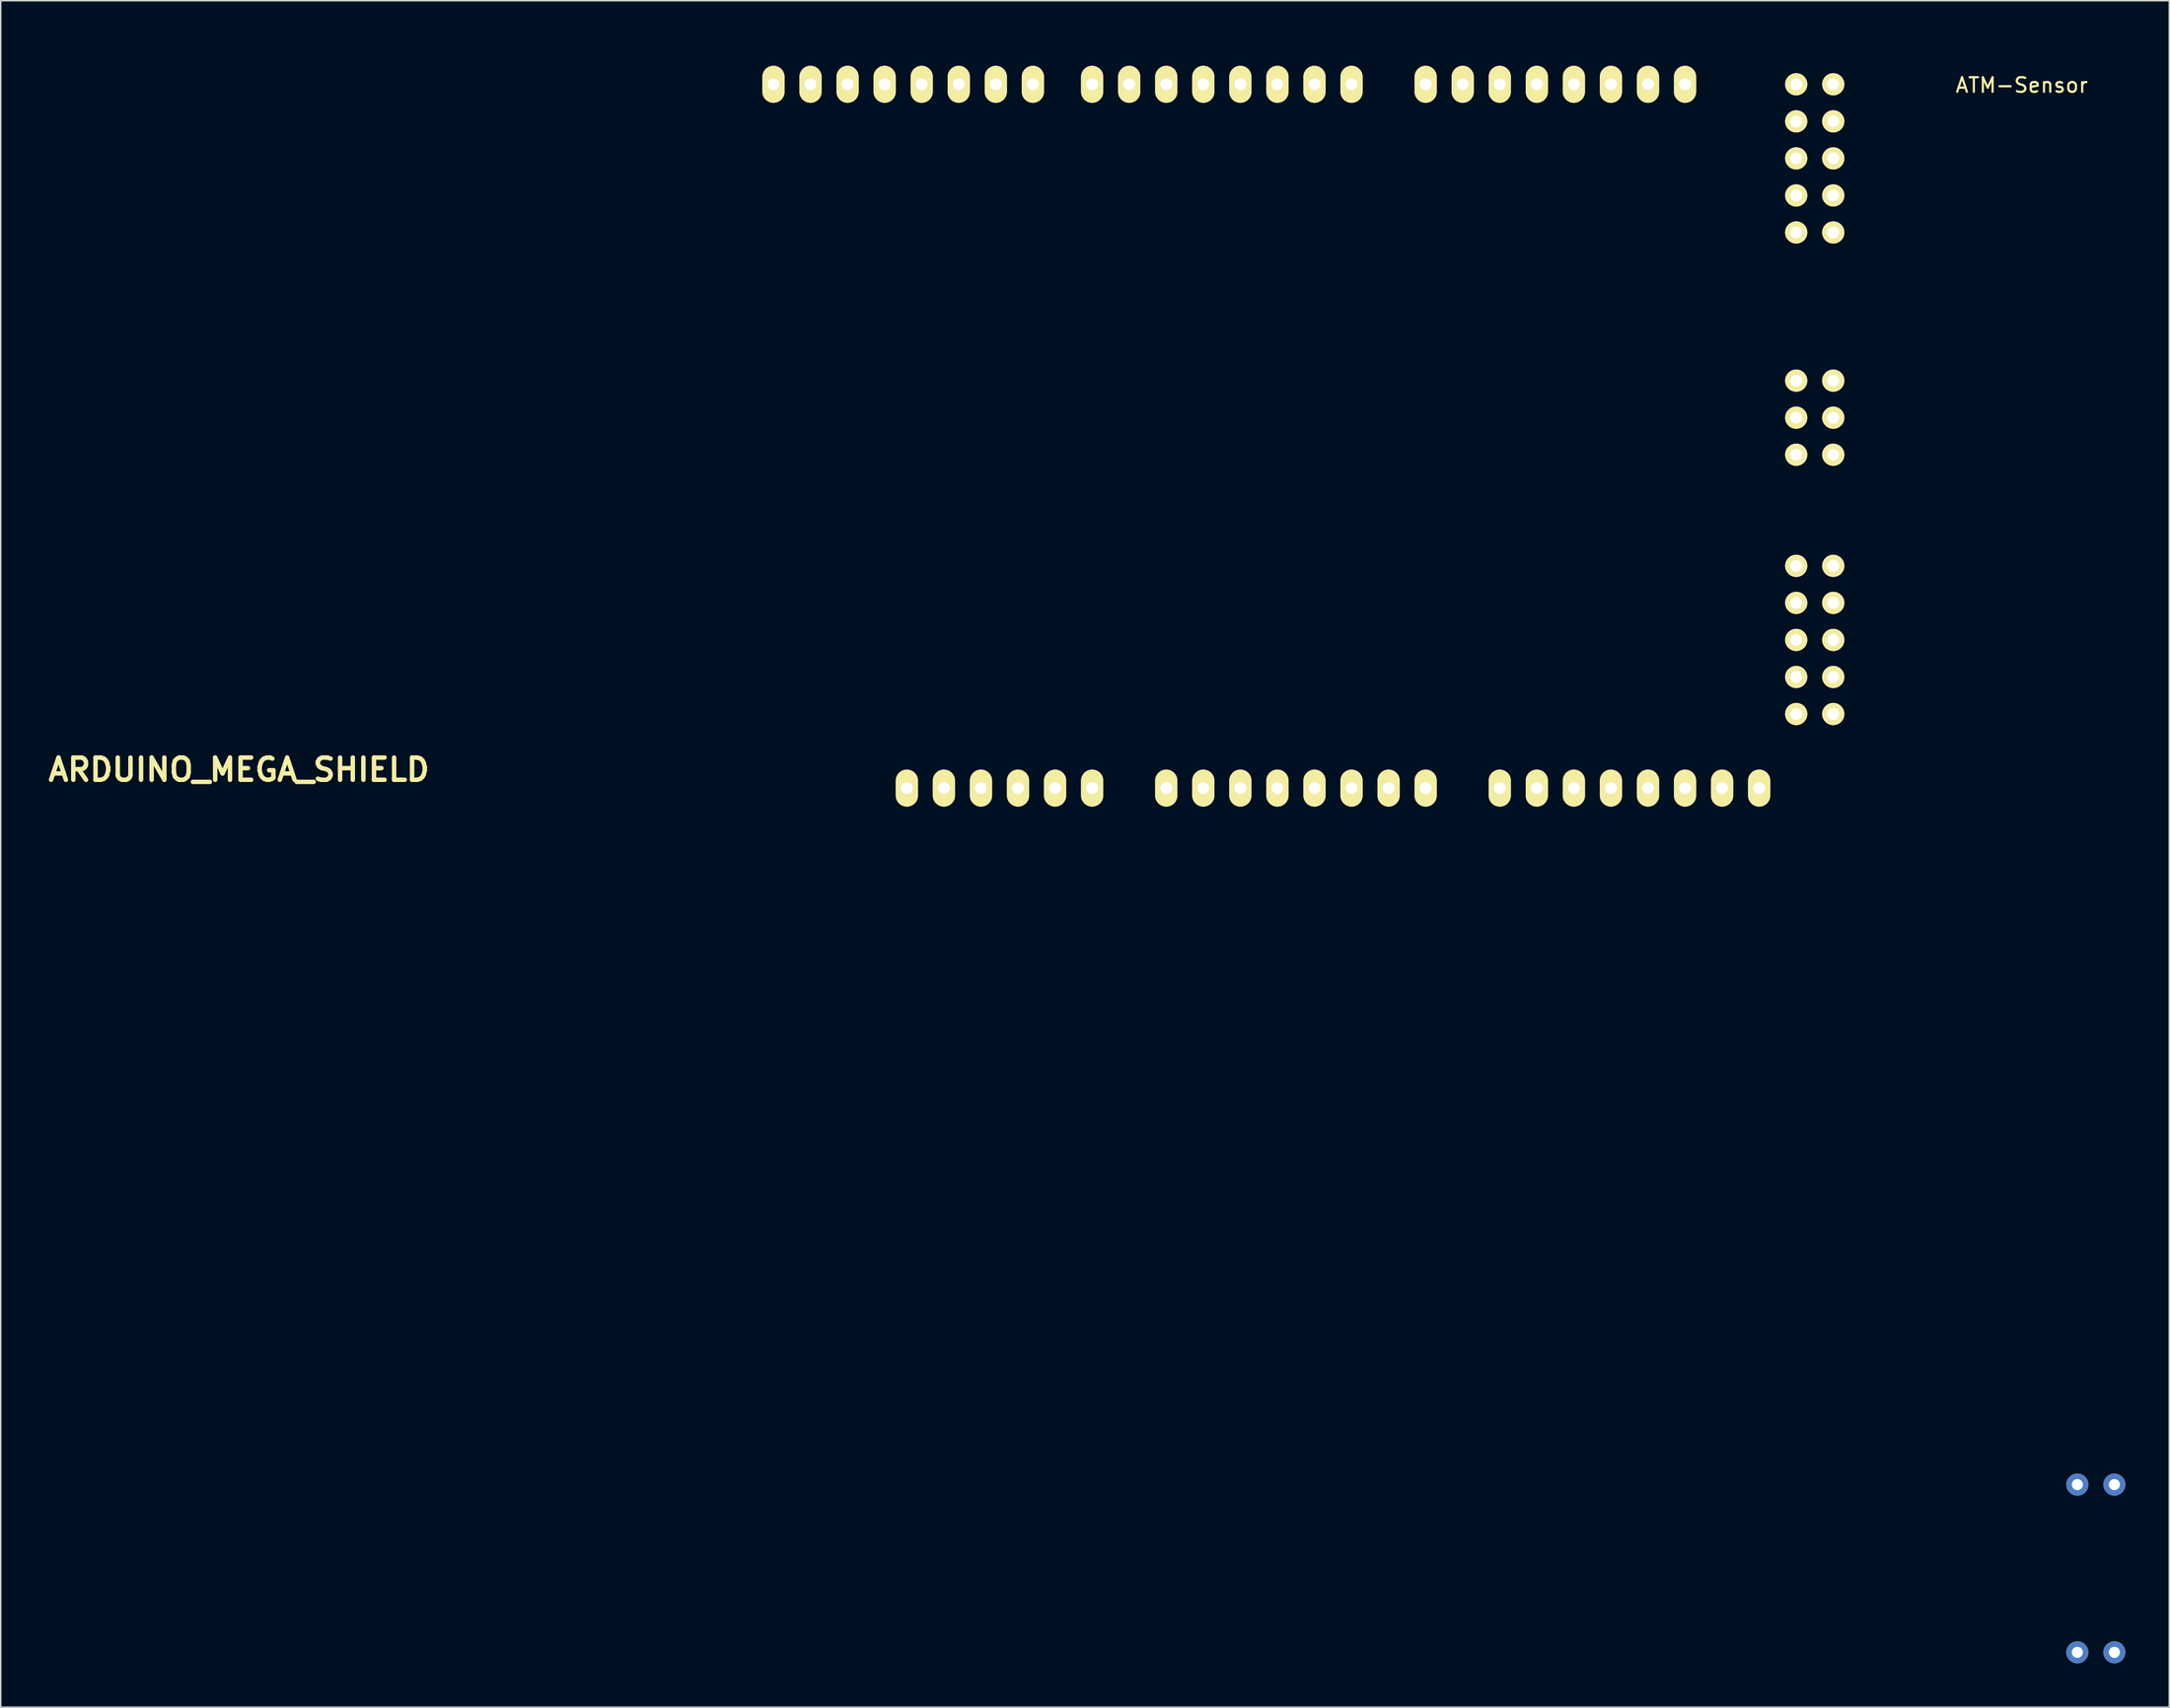
<source format=kicad_pcb>
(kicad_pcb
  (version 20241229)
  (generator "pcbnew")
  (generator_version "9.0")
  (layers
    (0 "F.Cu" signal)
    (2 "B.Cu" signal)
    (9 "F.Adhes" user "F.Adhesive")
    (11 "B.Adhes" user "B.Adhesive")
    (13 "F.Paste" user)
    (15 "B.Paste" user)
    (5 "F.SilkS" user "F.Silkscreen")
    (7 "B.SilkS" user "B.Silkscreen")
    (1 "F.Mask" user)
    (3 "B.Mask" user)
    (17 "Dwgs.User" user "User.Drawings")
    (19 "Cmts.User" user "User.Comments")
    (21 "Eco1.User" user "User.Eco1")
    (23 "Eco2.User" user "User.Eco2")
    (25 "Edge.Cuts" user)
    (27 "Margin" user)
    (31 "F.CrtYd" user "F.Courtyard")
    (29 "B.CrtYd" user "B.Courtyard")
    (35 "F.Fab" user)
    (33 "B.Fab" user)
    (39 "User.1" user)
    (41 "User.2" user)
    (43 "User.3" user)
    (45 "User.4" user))
  (footprint "ATM-Sensor"
    (layer "F.Cu")
    (at 139.341 0.25)
    (property "Reference" "ATM-Sensor" (at -3.81 2.54 0) (layer "F.SilkS") (effects (font (size 1 1) (thickness 0.15))))
    (attr through_hole)
    (pad "1" thru_hole circle (at 0 110) (size 1.524 1.524) (drill 0.762) (layers "*.Cu" "*.Mask"))
    (pad "2" thru_hole circle (at 2.54 110) (size 1.524 1.524) (drill 0.762) (layers "*.Cu" "*.Mask"))
    (pad "3" thru_hole circle (at 2.54 98.5) (size 1.524 1.524) (drill 0.762) (layers "*.Cu" "*.Mask"))
    (pad "4" thru_hole circle (at 0 98.5) (size 1.524 1.524) (drill 0.762) (layers "*.Cu" "*.Mask")))
  (footprint "ARDUINO_MEGA_SHIELD"
    (layer "F.Cu")
    (at 26.091 53.531)
    (property "Reference" "ARDUINO_MEGA_SHIELD" (at -12.76 -3.8 0) (layer "F.SilkS") (effects (font (size 1.524 1.524) (thickness 0.305))))
    (attr through_hole)
    (fp_line (start 0 0) (end 0 -53.34) (stroke (width 0.381) (type solid)) (layer "Margin"))
    (fp_line (start 97.79 -53.34) (end 0 -53.34) (stroke (width 0.381) (type solid)) (layer "Margin"))
    (fp_line (start 99.06 -52.07) (end 97.79 -53.34) (stroke (width 0.381) (type solid)) (layer "Margin"))
    (fp_line (start 99.06 -40.64) (end 99.06 -52.07) (stroke (width 0.381) (type solid)) (layer "Margin"))
    (fp_line (start 99.06 -40.64) (end 101.6 -38.1) (stroke (width 0.381) (type solid)) (layer "Margin"))
    (fp_line (start 99.06 -2.54) (end 99.06 0) (stroke (width 0.381) (type solid)) (layer "Margin"))
    (fp_line (start 99.06 0) (end 0 0) (stroke (width 0.381) (type solid)) (layer "Margin"))
    (fp_line (start 101.6 -38.1) (end 101.6 -5.08) (stroke (width 0.381) (type solid)) (layer "Margin"))
    (fp_line (start 101.6 -5.08) (end 99.06 -2.54) (stroke (width 0.381) (type solid)) (layer "Margin"))
    (pad "0" thru_hole oval (at 63.5 -50.8 90) (size 2.54 1.524) (drill 0.813) (layers "*.Cu" "*.Mask" "F.SilkS"))
    (pad "1" thru_hole oval (at 60.96 -50.8 90) (size 2.54 1.524) (drill 0.813) (layers "*.Cu" "*.Mask" "F.SilkS"))
    (pad "2" thru_hole oval (at 58.42 -50.8 90) (size 2.54 1.524) (drill 0.813) (layers "*.Cu" "*.Mask" "F.SilkS"))
    (pad "3" thru_hole oval (at 55.88 -50.8 90) (size 2.54 1.524) (drill 0.813) (layers "*.Cu" "*.Mask" "F.SilkS"))
    (pad "3V3" thru_hole oval (at 35.56 -2.54 90) (size 2.54 1.524) (drill 0.813) (layers "*.Cu" "*.Mask" "F.SilkS"))
    (pad "4" thru_hole oval (at 53.34 -50.8 90) (size 2.54 1.524) (drill 0.813) (layers "*.Cu" "*.Mask" "F.SilkS"))
    (pad "5" thru_hole oval (at 50.8 -50.8 90) (size 2.54 1.524) (drill 0.813) (layers "*.Cu" "*.Mask" "F.SilkS"))
    (pad "5V" thru_hole oval (at 38.1 -2.54 90) (size 2.54 1.524) (drill 0.813) (layers "*.Cu" "*.Mask" "F.SilkS"))
    (pad "5V_4" thru_hole circle (at 93.98 -50.8) (size 1.524 1.524) (drill 0.813) (layers "*.Cu" "*.Mask" "F.SilkS"))
    (pad "5V_5" thru_hole circle (at 96.52 -50.8) (size 1.524 1.524) (drill 0.813) (layers "*.Cu" "*.Mask" "F.SilkS"))
    (pad "6" thru_hole oval (at 48.26 -50.8 90) (size 2.54 1.524) (drill 0.813) (layers "*.Cu" "*.Mask" "F.SilkS"))
    (pad "7" thru_hole oval (at 45.72 -50.8 90) (size 2.54 1.524) (drill 0.813) (layers "*.Cu" "*.Mask" "F.SilkS"))
    (pad "8" thru_hole oval (at 41.656 -50.8 90) (size 2.54 1.524) (drill 0.813) (layers "*.Cu" "*.Mask" "F.SilkS"))
    (pad "9" thru_hole oval (at 39.116 -50.8 90) (size 2.54 1.524) (drill 0.813) (layers "*.Cu" "*.Mask" "F.SilkS"))
    (pad "10" thru_hole oval (at 36.576 -50.8 90) (size 2.54 1.524) (drill 0.813) (layers "*.Cu" "*.Mask" "F.SilkS"))
    (pad "11" thru_hole oval (at 34.036 -50.8 90) (size 2.54 1.524) (drill 0.813) (layers "*.Cu" "*.Mask" "F.SilkS"))
    (pad "12" thru_hole oval (at 31.496 -50.8 90) (size 2.54 1.524) (drill 0.813) (layers "*.Cu" "*.Mask" "F.SilkS"))
    (pad "13" thru_hole oval (at 28.956 -50.8 90) (size 2.54 1.524) (drill 0.813) (layers "*.Cu" "*.Mask" "F.SilkS"))
    (pad "14" thru_hole oval (at 68.58 -50.8 90) (size 2.54 1.524) (drill 0.813) (layers "*.Cu" "*.Mask" "F.SilkS"))
    (pad "15" thru_hole oval (at 71.12 -50.8 90) (size 2.54 1.524) (drill 0.813) (layers "*.Cu" "*.Mask" "F.SilkS"))
    (pad "16" thru_hole oval (at 73.66 -50.8 90) (size 2.54 1.524) (drill 0.813) (layers "*.Cu" "*.Mask" "F.SilkS"))
    (pad "17" thru_hole oval (at 76.2 -50.8 90) (size 2.54 1.524) (drill 0.813) (layers "*.Cu" "*.Mask" "F.SilkS"))
    (pad "18" thru_hole oval (at 78.74 -50.8 90) (size 2.54 1.524) (drill 0.813) (layers "*.Cu" "*.Mask" "F.SilkS"))
    (pad "19" thru_hole oval (at 81.28 -50.8 90) (size 2.54 1.524) (drill 0.813) (layers "*.Cu" "*.Mask" "F.SilkS"))
    (pad "20" thru_hole oval (at 83.82 -50.8 90) (size 2.54 1.524) (drill 0.813) (layers "*.Cu" "*.Mask" "F.SilkS"))
    (pad "21" thru_hole oval (at 86.36 -50.8 90) (size 2.54 1.524) (drill 0.813) (layers "*.Cu" "*.Mask" "F.SilkS"))
    (pad "22" thru_hole circle (at 93.98 -48.26) (size 1.524 1.524) (drill 0.813) (layers "*.Cu" "*.Mask" "F.SilkS"))
    (pad "23" thru_hole circle (at 96.52 -48.26) (size 1.524 1.524) (drill 0.813) (layers "*.Cu" "*.Mask" "F.SilkS"))
    (pad "24" thru_hole circle (at 93.98 -45.72) (size 1.524 1.524) (drill 0.813) (layers "*.Cu" "*.Mask" "F.SilkS"))
    (pad "25" thru_hole circle (at 96.52 -45.72) (size 1.524 1.524) (drill 0.813) (layers "*.Cu" "*.Mask" "F.SilkS"))
    (pad "26" thru_hole circle (at 93.98 -43.18) (size 1.524 1.524) (drill 0.813) (layers "*.Cu" "*.Mask" "F.SilkS"))
    (pad "27" thru_hole circle (at 96.52 -43.18) (size 1.524 1.524) (drill 0.813) (layers "*.Cu" "*.Mask" "F.SilkS"))
    (pad "28" thru_hole circle (at 93.98 -40.64) (size 1.524 1.524) (drill 0.813) (layers "*.Cu" "*.Mask" "F.SilkS"))
    (pad "29" thru_hole circle (at 96.52 -40.64) (size 1.524 1.524) (drill 0.813) (layers "*.Cu" "*.Mask" "F.SilkS"))
    (pad "36" thru_hole circle (at 93.98 -30.48) (size 1.524 1.524) (drill 0.813) (layers "*.Cu" "*.Mask" "F.SilkS"))
    (pad "37" thru_hole circle (at 96.52 -30.48) (size 1.524 1.524) (drill 0.813) (layers "*.Cu" "*.Mask" "F.SilkS"))
    (pad "38" thru_hole circle (at 93.98 -27.94) (size 1.524 1.524) (drill 0.813) (layers "*.Cu" "*.Mask" "F.SilkS"))
    (pad "39" thru_hole circle (at 96.52 -27.94) (size 1.524 1.524) (drill 0.813) (layers "*.Cu" "*.Mask" "F.SilkS"))
    (pad "40" thru_hole circle (at 93.98 -25.4) (size 1.524 1.524) (drill 0.813) (layers "*.Cu" "*.Mask" "F.SilkS"))
    (pad "41" thru_hole circle (at 96.52 -25.4) (size 1.524 1.524) (drill 0.813) (layers "*.Cu" "*.Mask" "F.SilkS"))
    (pad "46" thru_hole circle (at 93.98 -17.78) (size 1.524 1.524) (drill 0.813) (layers "*.Cu" "*.Mask" "F.SilkS"))
    (pad "47" thru_hole circle (at 96.52 -17.78) (size 1.524 1.524) (drill 0.813) (layers "*.Cu" "*.Mask" "F.SilkS"))
    (pad "48" thru_hole circle (at 93.98 -15.24) (size 1.524 1.524) (drill 0.813) (layers "*.Cu" "*.Mask" "F.SilkS"))
    (pad "49" thru_hole circle (at 96.52 -15.24) (size 1.524 1.524) (drill 0.813) (layers "*.Cu" "*.Mask" "F.SilkS"))
    (pad "50" thru_hole circle (at 93.98 -12.7) (size 1.524 1.524) (drill 0.813) (layers "*.Cu" "*.Mask" "F.SilkS"))
    (pad "51" thru_hole circle (at 96.52 -12.7) (size 1.524 1.524) (drill 0.813) (layers "*.Cu" "*.Mask" "F.SilkS"))
    (pad "52" thru_hole circle (at 93.98 -10.16) (size 1.524 1.524) (drill 0.813) (layers "*.Cu" "*.Mask" "F.SilkS"))
    (pad "53" thru_hole circle (at 96.52 -10.16) (size 1.524 1.524) (drill 0.813) (layers "*.Cu" "*.Mask" "F.SilkS"))
    (pad "AD0" thru_hole oval (at 50.8 -2.54 90) (size 2.54 1.524) (drill 0.813) (layers "*.Cu" "*.Mask" "F.SilkS"))
    (pad "AD1" thru_hole oval (at 53.34 -2.54 90) (size 2.54 1.524) (drill 0.813) (layers "*.Cu" "*.Mask" "F.SilkS"))
    (pad "AD2" thru_hole oval (at 55.88 -2.54 90) (size 2.54 1.524) (drill 0.813) (layers "*.Cu" "*.Mask" "F.SilkS"))
    (pad "AD3" thru_hole oval (at 58.42 -2.54 90) (size 2.54 1.524) (drill 0.813) (layers "*.Cu" "*.Mask" "F.SilkS"))
    (pad "AD4" thru_hole oval (at 60.96 -2.54 90) (size 2.54 1.524) (drill 0.813) (layers "*.Cu" "*.Mask" "F.SilkS"))
    (pad "AD5" thru_hole oval (at 63.5 -2.54 90) (size 2.54 1.524) (drill 0.813) (layers "*.Cu" "*.Mask" "F.SilkS"))
    (pad "AD6" thru_hole oval (at 66.04 -2.54 90) (size 2.54 1.524) (drill 0.813) (layers "*.Cu" "*.Mask" "F.SilkS"))
    (pad "AD7" thru_hole oval (at 68.58 -2.54 90) (size 2.54 1.524) (drill 0.813) (layers "*.Cu" "*.Mask" "F.SilkS"))
    (pad "AD8" thru_hole oval (at 73.66 -2.54 90) (size 2.54 1.524) (drill 0.813) (layers "*.Cu" "*.Mask" "F.SilkS"))
    (pad "AD9" thru_hole oval (at 76.2 -2.54 90) (size 2.54 1.524) (drill 0.813) (layers "*.Cu" "*.Mask" "F.SilkS"))
    (pad "AD10" thru_hole oval (at 78.74 -2.54 90) (size 2.54 1.524) (drill 0.813) (layers "*.Cu" "*.Mask" "F.SilkS"))
    (pad "AD11" thru_hole oval (at 81.28 -2.54 90) (size 2.54 1.524) (drill 0.813) (layers "*.Cu" "*.Mask" "F.SilkS"))
    (pad "AD12" thru_hole oval (at 83.82 -2.54 90) (size 2.54 1.524) (drill 0.813) (layers "*.Cu" "*.Mask" "F.SilkS"))
    (pad "AD13" thru_hole oval (at 86.36 -2.54 90) (size 2.54 1.524) (drill 0.813) (layers "*.Cu" "*.Mask" "F.SilkS"))
    (pad "AD14" thru_hole oval (at 88.9 -2.54 90) (size 2.54 1.524) (drill 0.813) (layers "*.Cu" "*.Mask" "F.SilkS"))
    (pad "AD15" thru_hole oval (at 91.44 -2.54 90) (size 2.54 1.524) (drill 0.813) (layers "*.Cu" "*.Mask" "F.SilkS"))
    (pad "AREF" thru_hole oval (at 23.876 -50.8 90) (size 2.54 1.524) (drill 0.813) (layers "*.Cu" "*.Mask" "F.SilkS"))
    (pad "GND1" thru_hole oval (at 40.64 -2.54 90) (size 2.54 1.524) (drill 0.813) (layers "*.Cu" "*.Mask" "F.SilkS"))
    (pad "GND2" thru_hole oval (at 43.18 -2.54 90) (size 2.54 1.524) (drill 0.813) (layers "*.Cu" "*.Mask" "F.SilkS"))
    (pad "GND3" thru_hole oval (at 26.416 -50.8 90) (size 2.54 1.524) (drill 0.813) (layers "*.Cu" "*.Mask" "F.SilkS"))
    (pad "GND4" thru_hole circle (at 93.98 -7.62) (size 1.524 1.524) (drill 0.813) (layers "*.Cu" "*.Mask" "F.SilkS"))
    (pad "GND5" thru_hole circle (at 96.52 -7.62) (size 1.524 1.524) (drill 0.813) (layers "*.Cu" "*.Mask" "F.SilkS"))
    (pad "RST" thru_hole oval (at 33.02 -2.54 90) (size 2.54 1.524) (drill 0.813) (layers "*.Cu" "*.Mask" "F.SilkS"))
    (pad "V_IN" thru_hole oval (at 45.72 -2.54 90) (size 2.54 1.524) (drill 0.813) (layers "*.Cu" "*.Mask" "F.SilkS")))
  (gr_rect
    (start -3 -3)
    (end 145.643 114.012)
    (stroke (width 0.1) (type default))
    (fill no)
    (layer "Edge.Cuts")))
</source>
